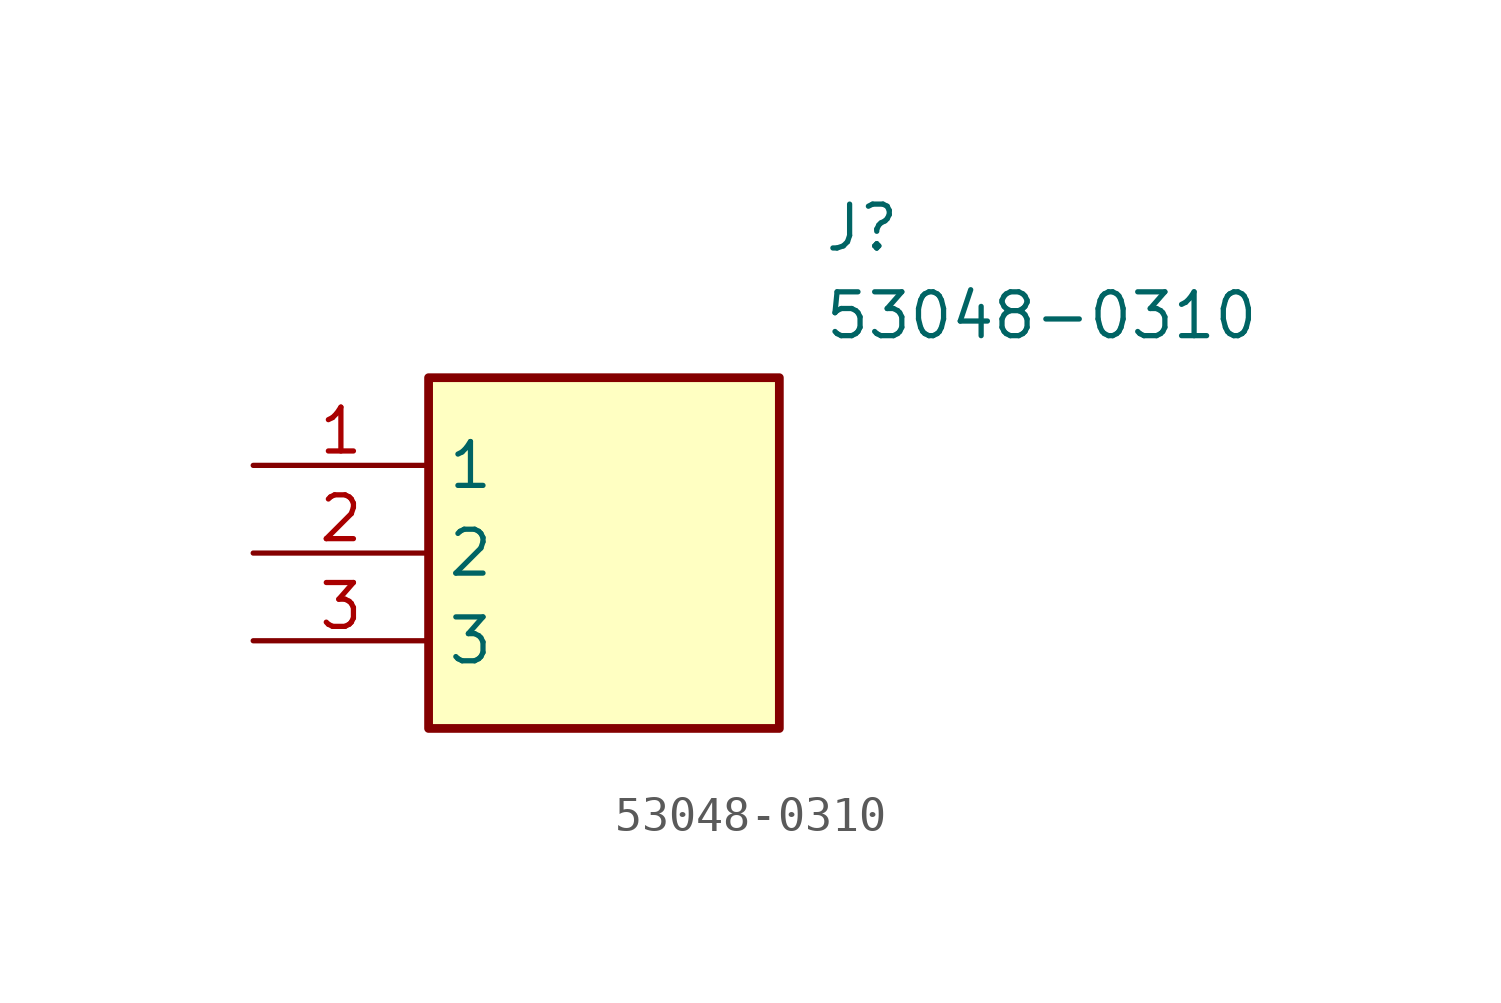
<source format=kicad_sym>
(kicad_symbol_lib
  (version 20211014)
  (generator SamacSys_ECAD_Model)
  (symbol "53048-0310"
    (property "Reference" "J"
      (at 16.51 7.62 0)
      (effects (font (size 1.27 1.27)) (justify left top)))
    (property "Value" "53048-0310"
      (at 16.51 5.08 0)
      (effects (font (size 1.27 1.27)) (justify left top)))
    (rectangle
      (start 5.08 2.54)
      (end 15.24 -7.62)
      (stroke (width 0.254) (type default))
      (fill (type background)))
    (pin passive line
      (at 0 0 0)
      (length 5.08)
      (name "1" (effects (font (size 1.27 1.27))))
      (number "1" (effects (font (size 1.27 1.27)))))
    (pin passive line
      (at 0 -2.54 0)
      (length 5.08)
      (name "2" (effects (font (size 1.27 1.27))))
      (number "2" (effects (font (size 1.27 1.27)))))
    (pin passive line
      (at 0 -5.08 0)
      (length 5.08)
      (name "3" (effects (font (size 1.27 1.27))))
      (number "3" (effects (font (size 1.27 1.27)))))))
</source>
